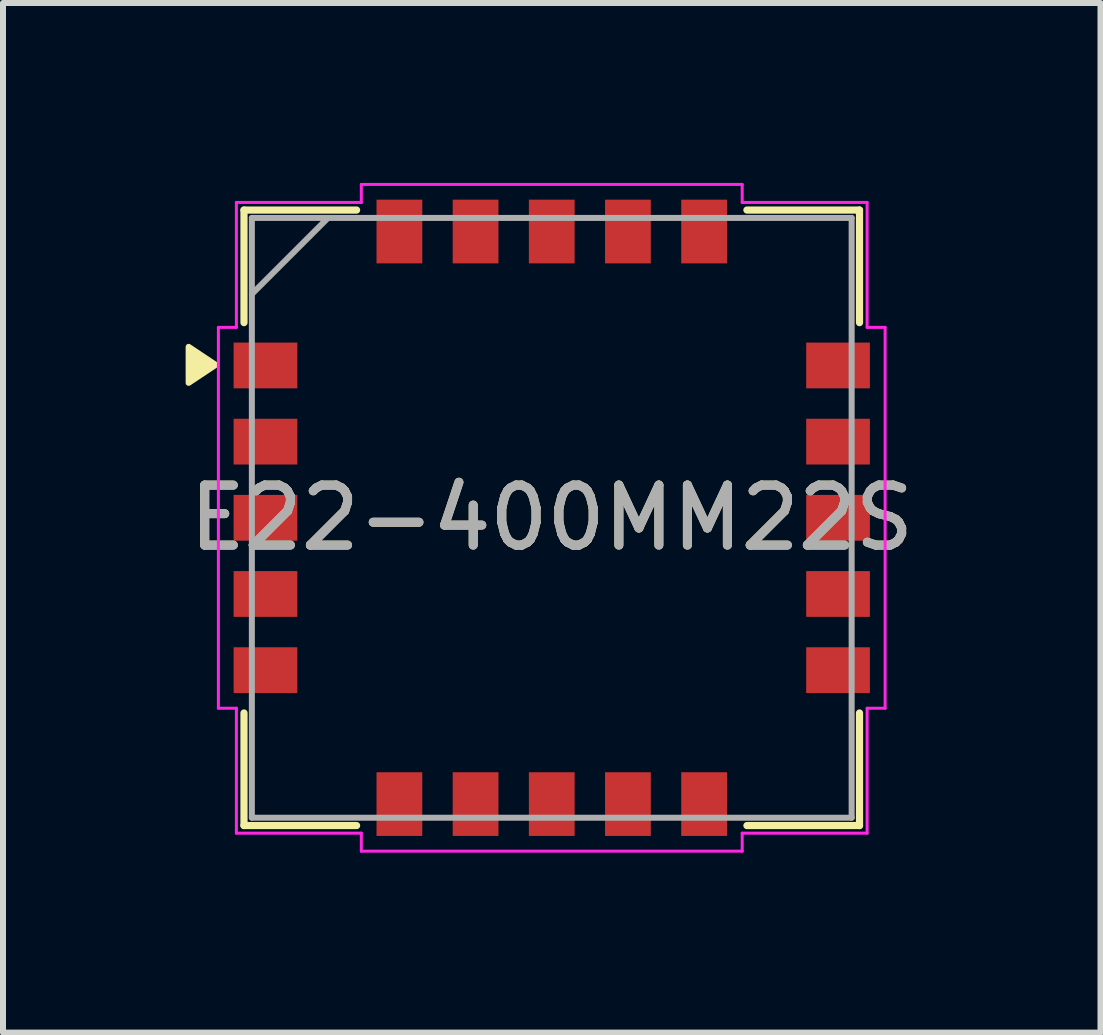
<source format=kicad_pcb>
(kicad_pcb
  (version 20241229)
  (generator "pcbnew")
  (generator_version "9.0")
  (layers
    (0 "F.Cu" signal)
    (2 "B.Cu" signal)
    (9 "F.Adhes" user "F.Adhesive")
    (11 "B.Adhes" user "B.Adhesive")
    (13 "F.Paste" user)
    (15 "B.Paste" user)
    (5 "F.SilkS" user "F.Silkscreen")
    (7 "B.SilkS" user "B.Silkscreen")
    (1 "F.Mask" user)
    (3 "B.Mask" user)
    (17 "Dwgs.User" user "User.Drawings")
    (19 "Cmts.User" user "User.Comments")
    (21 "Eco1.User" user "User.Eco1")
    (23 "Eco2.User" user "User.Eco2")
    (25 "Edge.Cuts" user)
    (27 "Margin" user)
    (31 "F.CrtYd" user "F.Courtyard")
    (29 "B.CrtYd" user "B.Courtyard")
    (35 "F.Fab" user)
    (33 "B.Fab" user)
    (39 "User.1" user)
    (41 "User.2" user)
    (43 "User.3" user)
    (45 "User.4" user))
  (footprint "E22-400MM22S"
    (layer "F.Cu")
    (at 6.149 5.583)
    (property "Reference" "E22-400MM22S" (at 0 0 0) (unlocked yes) (layer "F.SilkS") (effects (font (size 1 1) (thickness 0.15))))
    (attr smd)
    (fp_line (start -5.131 -5.131) (end -5.131 -3.254) (stroke (width 0.12) (type solid)) (layer "F.SilkS"))
    (fp_line (start -5.131 3.254) (end -5.131 5.131) (stroke (width 0.12) (type solid)) (layer "F.SilkS"))
    (fp_line (start -5.131 5.131) (end -3.254 5.131) (stroke (width 0.12) (type solid)) (layer "F.SilkS"))
    (fp_line (start -3.254 -5.131) (end -5.131 -5.131) (stroke (width 0.12) (type solid)) (layer "F.SilkS"))
    (fp_line (start 3.254 5.131) (end 5.131 5.131) (stroke (width 0.12) (type solid)) (layer "F.SilkS"))
    (fp_line (start 5.131 -5.131) (end 3.254 -5.131) (stroke (width 0.12) (type solid)) (layer "F.SilkS"))
    (fp_line (start 5.131 -3.254) (end 5.131 -5.131) (stroke (width 0.12) (type solid)) (layer "F.SilkS"))
    (fp_line (start 5.131 5.131) (end 5.131 3.254) (stroke (width 0.12) (type solid)) (layer "F.SilkS"))
    (fp_poly (pts (xy -6.054 -2.25) (xy -5.604 -2.55) (xy -6.054 -2.85)) (stroke (width 0.1) (type solid)) (fill yes) (layer "F.SilkS"))
    (fp_line (start -5.558 -3.175) (end -5.258 -3.175) (stroke (width 0.05) (type solid)) (layer "F.CrtYd"))
    (fp_line (start -5.558 3.175) (end -5.558 -3.175) (stroke (width 0.05) (type solid)) (layer "F.CrtYd"))
    (fp_line (start -5.258 -5.258) (end -3.175 -5.258) (stroke (width 0.05) (type solid)) (layer "F.CrtYd"))
    (fp_line (start -5.258 -3.175) (end -5.258 -5.258) (stroke (width 0.05) (type solid)) (layer "F.CrtYd"))
    (fp_line (start -5.258 3.175) (end -5.558 3.175) (stroke (width 0.05) (type solid)) (layer "F.CrtYd"))
    (fp_line (start -5.258 5.258) (end -5.258 3.175) (stroke (width 0.05) (type solid)) (layer "F.CrtYd"))
    (fp_line (start -3.175 -5.558) (end 3.175 -5.558) (stroke (width 0.05) (type solid)) (layer "F.CrtYd"))
    (fp_line (start -3.175 -5.258) (end -3.175 -5.558) (stroke (width 0.05) (type solid)) (layer "F.CrtYd"))
    (fp_line (start -3.175 5.258) (end -5.258 5.258) (stroke (width 0.05) (type solid)) (layer "F.CrtYd"))
    (fp_line (start -3.175 5.558) (end -3.175 5.258) (stroke (width 0.05) (type solid)) (layer "F.CrtYd"))
    (fp_line (start 3.175 -5.558) (end 3.175 -5.258) (stroke (width 0.05) (type solid)) (layer "F.CrtYd"))
    (fp_line (start 3.175 -5.258) (end 5.258 -5.258) (stroke (width 0.05) (type solid)) (layer "F.CrtYd"))
    (fp_line (start 3.175 5.258) (end 3.175 5.558) (stroke (width 0.05) (type solid)) (layer "F.CrtYd"))
    (fp_line (start 3.175 5.558) (end -3.175 5.558) (stroke (width 0.05) (type solid)) (layer "F.CrtYd"))
    (fp_line (start 5.258 -5.258) (end 5.258 -3.175) (stroke (width 0.05) (type solid)) (layer "F.CrtYd"))
    (fp_line (start 5.258 -3.175) (end 5.558 -3.175) (stroke (width 0.05) (type solid)) (layer "F.CrtYd"))
    (fp_line (start 5.258 3.175) (end 5.258 5.258) (stroke (width 0.05) (type solid)) (layer "F.CrtYd"))
    (fp_line (start 5.258 5.258) (end 3.175 5.258) (stroke (width 0.05) (type solid)) (layer "F.CrtYd"))
    (fp_line (start 5.558 -3.175) (end 5.558 3.175) (stroke (width 0.05) (type solid)) (layer "F.CrtYd"))
    (fp_line (start 5.558 3.175) (end 5.258 3.175) (stroke (width 0.05) (type solid)) (layer "F.CrtYd"))
    (fp_line (start -5.004 -2.946) (end -5.004 -2.946) (stroke (width 0.025) (type solid)) (layer "F.Fab"))
    (fp_line (start -5.004 -2.946) (end -5.004 -2.134) (stroke (width 0.025) (type solid)) (layer "F.Fab"))
    (fp_line (start -5.004 -2.134) (end -5.004 -2.946) (stroke (width 0.025) (type solid)) (layer "F.Fab"))
    (fp_line (start -5.004 -2.134) (end -5.004 -2.134) (stroke (width 0.025) (type solid)) (layer "F.Fab"))
    (fp_line (start -5.004 -1.676) (end -5.004 -1.676) (stroke (width 0.025) (type solid)) (layer "F.Fab"))
    (fp_line (start -5.004 -1.676) (end -5.004 -0.864) (stroke (width 0.025) (type solid)) (layer "F.Fab"))
    (fp_line (start -5.004 -0.864) (end -5.004 -1.676) (stroke (width 0.025) (type solid)) (layer "F.Fab"))
    (fp_line (start -5.004 -0.864) (end -5.004 -0.864) (stroke (width 0.025) (type solid)) (layer "F.Fab"))
    (fp_line (start -5.004 -0.406) (end -5.004 -0.406) (stroke (width 0.025) (type solid)) (layer "F.Fab"))
    (fp_line (start -5.004 -0.406) (end -5.004 0.406) (stroke (width 0.025) (type solid)) (layer "F.Fab"))
    (fp_line (start -5.004 0.406) (end -5.004 -0.406) (stroke (width 0.025) (type solid)) (layer "F.Fab"))
    (fp_line (start -5.004 0.406) (end -5.004 0.406) (stroke (width 0.025) (type solid)) (layer "F.Fab"))
    (fp_line (start -5.004 0.864) (end -5.004 0.864) (stroke (width 0.025) (type solid)) (layer "F.Fab"))
    (fp_line (start -5.004 0.864) (end -5.004 1.676) (stroke (width 0.025) (type solid)) (layer "F.Fab"))
    (fp_line (start -5.004 1.676) (end -5.004 0.864) (stroke (width 0.025) (type solid)) (layer "F.Fab"))
    (fp_line (start -5.004 1.676) (end -5.004 1.676) (stroke (width 0.025) (type solid)) (layer "F.Fab"))
    (fp_line (start -5.004 2.134) (end -5.004 2.134) (stroke (width 0.025) (type solid)) (layer "F.Fab"))
    (fp_line (start -5.004 2.134) (end -5.004 2.946) (stroke (width 0.025) (type solid)) (layer "F.Fab"))
    (fp_line (start -5.004 2.946) (end -5.004 2.134) (stroke (width 0.025) (type solid)) (layer "F.Fab"))
    (fp_line (start -5.004 2.946) (end -5.004 2.946) (stroke (width 0.025) (type solid)) (layer "F.Fab"))
    (fp_line (start -5 -5) (end -5 5) (stroke (width 0.1) (type solid)) (layer "F.Fab"))
    (fp_line (start -5 -3.73) (end -3.73 -5) (stroke (width 0.1) (type solid)) (layer "F.Fab"))
    (fp_line (start -5 5) (end 5 5) (stroke (width 0.1) (type solid)) (layer "F.Fab"))
    (fp_line (start -2.946 -5.004) (end -2.946 -5.004) (stroke (width 0.025) (type solid)) (layer "F.Fab"))
    (fp_line (start -2.946 -5.004) (end -2.134 -5.004) (stroke (width 0.025) (type solid)) (layer "F.Fab"))
    (fp_line (start -2.946 5.004) (end -2.946 5.004) (stroke (width 0.025) (type solid)) (layer "F.Fab"))
    (fp_line (start -2.946 5.004) (end -2.134 5.004) (stroke (width 0.025) (type solid)) (layer "F.Fab"))
    (fp_line (start -2.134 -5.004) (end -2.946 -5.004) (stroke (width 0.025) (type solid)) (layer "F.Fab"))
    (fp_line (start -2.134 -5.004) (end -2.134 -5.004) (stroke (width 0.025) (type solid)) (layer "F.Fab"))
    (fp_line (start -2.134 5.004) (end -2.946 5.004) (stroke (width 0.025) (type solid)) (layer "F.Fab"))
    (fp_line (start -2.134 5.004) (end -2.134 5.004) (stroke (width 0.025) (type solid)) (layer "F.Fab"))
    (fp_line (start -1.676 -5.004) (end -1.676 -5.004) (stroke (width 0.025) (type solid)) (layer "F.Fab"))
    (fp_line (start -1.676 5.004) (end -1.676 5.004) (stroke (width 0.025) (type solid)) (layer "F.Fab"))
    (fp_line (start -1.676 5.004) (end -0.864 5.004) (stroke (width 0.025) (type solid)) (layer "F.Fab"))
    (fp_line (start -0.864 -5.004) (end -0.864 -5.004) (stroke (width 0.025) (type solid)) (layer "F.Fab"))
    (fp_line (start -0.864 5.004) (end -1.676 5.004) (stroke (width 0.025) (type solid)) (layer "F.Fab"))
    (fp_line (start -0.864 5.004) (end -0.864 5.004) (stroke (width 0.025) (type solid)) (layer "F.Fab"))
    (fp_line (start -0.406 -5.004) (end -0.406 -5.004) (stroke (width 0.025) (type solid)) (layer "F.Fab"))
    (fp_line (start -0.406 -5.004) (end 0.406 -5.004) (stroke (width 0.025) (type solid)) (layer "F.Fab"))
    (fp_line (start -0.406 5.004) (end -0.406 5.004) (stroke (width 0.025) (type solid)) (layer "F.Fab"))
    (fp_line (start -0.406 5.004) (end 0.406 5.004) (stroke (width 0.025) (type solid)) (layer "F.Fab"))
    (fp_line (start 0.406 -5.004) (end -0.406 -5.004) (stroke (width 0.025) (type solid)) (layer "F.Fab"))
    (fp_line (start 0.406 -5.004) (end 0.406 -5.004) (stroke (width 0.025) (type solid)) (layer "F.Fab"))
    (fp_line (start 0.406 5.004) (end -0.406 5.004) (stroke (width 0.025) (type solid)) (layer "F.Fab"))
    (fp_line (start 0.406 5.004) (end 0.406 5.004) (stroke (width 0.025) (type solid)) (layer "F.Fab"))
    (fp_line (start 0.864 -5.004) (end 0.864 -5.004) (stroke (width 0.025) (type solid)) (layer "F.Fab"))
    (fp_line (start 0.864 -5.004) (end 1.676 -5.004) (stroke (width 0.025) (type solid)) (layer "F.Fab"))
    (fp_line (start 0.864 5.004) (end 0.864 5.004) (stroke (width 0.025) (type solid)) (layer "F.Fab"))
    (fp_line (start 0.864 5.004) (end 1.676 5.004) (stroke (width 0.025) (type solid)) (layer "F.Fab"))
    (fp_line (start 1.676 -5.004) (end 0.864 -5.004) (stroke (width 0.025) (type solid)) (layer "F.Fab"))
    (fp_line (start 1.676 -5.004) (end 1.676 -5.004) (stroke (width 0.025) (type solid)) (layer "F.Fab"))
    (fp_line (start 1.676 5.004) (end 0.864 5.004) (stroke (width 0.025) (type solid)) (layer "F.Fab"))
    (fp_line (start 1.676 5.004) (end 1.676 5.004) (stroke (width 0.025) (type solid)) (layer "F.Fab"))
    (fp_line (start 2.134 -5.004) (end 2.134 -5.004) (stroke (width 0.025) (type solid)) (layer "F.Fab"))
    (fp_line (start 2.134 -5.004) (end 2.946 -5.004) (stroke (width 0.025) (type solid)) (layer "F.Fab"))
    (fp_line (start 2.134 5.004) (end 2.134 5.004) (stroke (width 0.025) (type solid)) (layer "F.Fab"))
    (fp_line (start 2.134 5.004) (end 2.946 5.004) (stroke (width 0.025) (type solid)) (layer "F.Fab"))
    (fp_line (start 2.946 -5.004) (end 2.134 -5.004) (stroke (width 0.025) (type solid)) (layer "F.Fab"))
    (fp_line (start 2.946 -5.004) (end 2.946 -5.004) (stroke (width 0.025) (type solid)) (layer "F.Fab"))
    (fp_line (start 2.946 5.004) (end 2.134 5.004) (stroke (width 0.025) (type solid)) (layer "F.Fab"))
    (fp_line (start 2.946 5.004) (end 2.946 5.004) (stroke (width 0.025) (type solid)) (layer "F.Fab"))
    (fp_line (start 5 -5) (end -5 -5) (stroke (width 0.1) (type solid)) (layer "F.Fab"))
    (fp_line (start 5 5) (end 5 -5) (stroke (width 0.1) (type solid)) (layer "F.Fab"))
    (fp_line (start 5.004 -2.946) (end 5.004 -2.946) (stroke (width 0.025) (type solid)) (layer "F.Fab"))
    (fp_line (start 5.004 -2.946) (end 5.004 -2.134) (stroke (width 0.025) (type solid)) (layer "F.Fab"))
    (fp_line (start 5.004 -2.134) (end 5.004 -2.946) (stroke (width 0.025) (type solid)) (layer "F.Fab"))
    (fp_line (start 5.004 -2.134) (end 5.004 -2.134) (stroke (width 0.025) (type solid)) (layer "F.Fab"))
    (fp_line (start 5.004 -1.676) (end 5.004 -1.676) (stroke (width 0.025) (type solid)) (layer "F.Fab"))
    (fp_line (start 5.004 -1.676) (end 5.004 -0.864) (stroke (width 0.025) (type solid)) (layer "F.Fab"))
    (fp_line (start 5.004 -0.864) (end 5.004 -1.676) (stroke (width 0.025) (type solid)) (layer "F.Fab"))
    (fp_line (start 5.004 -0.864) (end 5.004 -0.864) (stroke (width 0.025) (type solid)) (layer "F.Fab"))
    (fp_line (start 5.004 -0.406) (end 5.004 -0.406) (stroke (width 0.025) (type solid)) (layer "F.Fab"))
    (fp_line (start 5.004 -0.406) (end 5.004 0.406) (stroke (width 0.025) (type solid)) (layer "F.Fab"))
    (fp_line (start 5.004 0.406) (end 5.004 -0.406) (stroke (width 0.025) (type solid)) (layer "F.Fab"))
    (fp_line (start 5.004 0.406) (end 5.004 0.406) (stroke (width 0.025) (type solid)) (layer "F.Fab"))
    (fp_line (start 5.004 0.864) (end 5.004 0.864) (stroke (width 0.025) (type solid)) (layer "F.Fab"))
    (fp_line (start 5.004 0.864) (end 5.004 1.676) (stroke (width 0.025) (type solid)) (layer "F.Fab"))
    (fp_line (start 5.004 1.676) (end 5.004 0.864) (stroke (width 0.025) (type solid)) (layer "F.Fab"))
    (fp_line (start 5.004 1.676) (end 5.004 1.676) (stroke (width 0.025) (type solid)) (layer "F.Fab"))
    (fp_line (start 5.004 2.134) (end 5.004 2.134) (stroke (width 0.025) (type solid)) (layer "F.Fab"))
    (fp_line (start 5.004 2.134) (end 5.004 2.946) (stroke (width 0.025) (type solid)) (layer "F.Fab"))
    (fp_line (start 5.004 2.946) (end 5.004 2.134) (stroke (width 0.025) (type solid)) (layer "F.Fab"))
    (fp_line (start 5.004 2.946) (end 5.004 2.946) (stroke (width 0.025) (type solid)) (layer "F.Fab"))
    (fp_text user "${REFERENCE}" (at 0 0 0) (unlocked yes) (layer "F.Fab") (effects (font (size 1 1) (thickness 0.15))))
    (pad "1" smd rect (at -4.773 -2.54 90) (size 0.763 1.062) (layers "F.Cu" "F.Mask" "F.Paste"))
    (pad "2" smd rect (at -4.773 -1.27 90) (size 0.763 1.062) (layers "F.Cu" "F.Mask" "F.Paste"))
    (pad "3" smd rect (at -4.773 0 90) (size 0.763 1.062) (layers "F.Cu" "F.Mask" "F.Paste"))
    (pad "4" smd rect (at -4.773 1.27 90) (size 0.763 1.062) (layers "F.Cu" "F.Mask" "F.Paste"))
    (pad "5" smd rect (at -4.773 2.54 90) (size 0.763 1.062) (layers "F.Cu" "F.Mask" "F.Paste"))
    (pad "6" smd rect (at -2.54 4.773) (size 0.763 1.062) (layers "F.Cu" "F.Mask" "F.Paste"))
    (pad "7" smd rect (at -1.27 4.773) (size 0.763 1.062) (layers "F.Cu" "F.Mask" "F.Paste"))
    (pad "8" smd rect (at 0 4.773) (size 0.763 1.062) (layers "F.Cu" "F.Mask" "F.Paste"))
    (pad "9" smd rect (at 1.27 4.773) (size 0.763 1.062) (layers "F.Cu" "F.Mask" "F.Paste"))
    (pad "10" smd rect (at 2.54 4.773) (size 0.763 1.062) (layers "F.Cu" "F.Mask" "F.Paste"))
    (pad "11" smd rect (at 4.773 2.54 90) (size 0.763 1.062) (layers "F.Cu" "F.Mask" "F.Paste"))
    (pad "12" smd rect (at 4.773 1.27 90) (size 0.763 1.062) (layers "F.Cu" "F.Mask" "F.Paste"))
    (pad "13" smd rect (at 4.773 0 90) (size 0.763 1.062) (layers "F.Cu" "F.Mask" "F.Paste"))
    (pad "14" smd rect (at 4.773 -1.27 90) (size 0.763 1.062) (layers "F.Cu" "F.Mask" "F.Paste"))
    (pad "15" smd rect (at 4.773 -2.54 90) (size 0.763 1.062) (layers "F.Cu" "F.Mask" "F.Paste"))
    (pad "16" smd rect (at 2.54 -4.773) (size 0.763 1.062) (layers "F.Cu" "F.Mask" "F.Paste"))
    (pad "17" smd rect (at 1.27 -4.773) (size 0.763 1.062) (layers "F.Cu" "F.Mask" "F.Paste"))
    (pad "18" smd rect (at 0 -4.773) (size 0.763 1.062) (layers "F.Cu" "F.Mask" "F.Paste"))
    (pad "19" smd rect (at -1.27 -4.773) (size 0.763 1.062) (layers "F.Cu" "F.Mask" "F.Paste"))
    (pad "20" smd rect (at -2.54 -4.773) (size 0.763 1.062) (layers "F.Cu" "F.Mask" "F.Paste")))
  (gr_rect
    (start -3 -3)
    (end 15.298 14.166)
    (stroke (width 0.1) (type default))
    (fill no)
    (layer "Edge.Cuts")))
</source>
